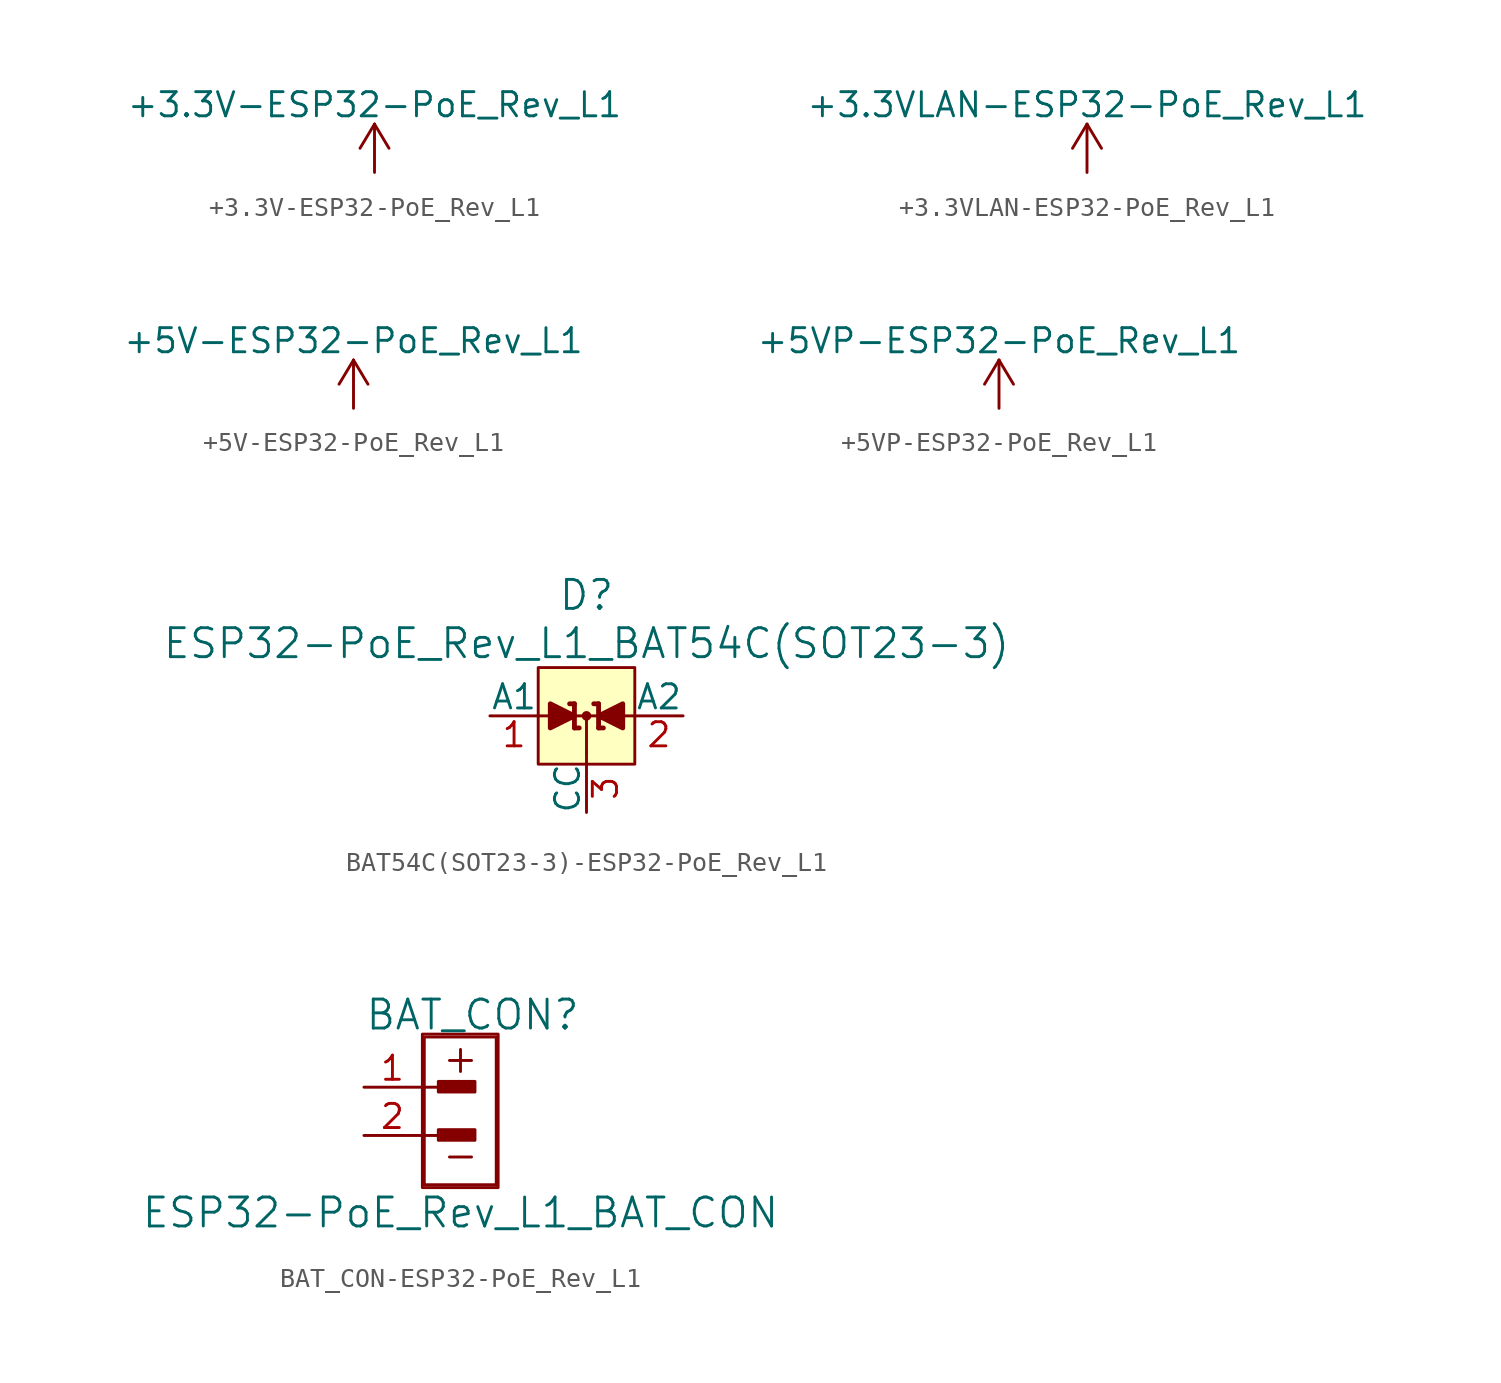
<source format=kicad_sym>
(kicad_symbol_lib
  (version 20220914)
  (generator kicad_symbol_editor)
  (symbol "+3.3V-ESP32-PoE_Rev_L1"
    (power)
    (pin_names
      (offset 0))
    (property "Reference" "#PWR"
      (at 0 -3.81 0)
      (effects (font (size 1.27 1.27)) hide))
    (property "Value" "+3.3V-ESP32-PoE_Rev_L1"
      (at 0 3.556 0)
      (effects (font (size 1.27 1.27))))
    (property "Footprint" ""
      (at 0 0 0)
      (effects (font (size 1.524 1.524))))
    (property "Datasheet" ""
      (at 0 0 0)
      (effects (font (size 1.524 1.524))))
    (symbol "+3.3V-ESP32-PoE_Rev_L1_0_1"
      (polyline (pts (xy -0.762 1.27) (xy 0 2.54)) (stroke (width 0) (type solid)) (fill (type none)))
      (polyline (pts (xy 0 0) (xy 0 2.54)) (stroke (width 0) (type solid)) (fill (type none)))
      (polyline (pts (xy 0 2.54) (xy 0.762 1.27)) (stroke (width 0) (type solid)) (fill (type none))))
    (symbol "+3.3V-ESP32-PoE_Rev_L1_1_1"
      (pin power_in line (at 0 0 90) (length 0) hide (name "+3.3V" (effects (font (size 1.27 1.27)))) (number "1" (effects (font (size 1.27 1.27)))))))
  (symbol "+3.3VLAN-ESP32-PoE_Rev_L1"
    (power)
    (pin_names
      (offset 0))
    (property "Reference" "#PWR"
      (at 0 -3.81 0)
      (effects (font (size 1.27 1.27)) hide))
    (property "Value" "+3.3VLAN-ESP32-PoE_Rev_L1"
      (at 0 3.556 0)
      (effects (font (size 1.27 1.27))))
    (property "Footprint" ""
      (at 0 0 0)
      (effects (font (size 1.524 1.524))))
    (property "Datasheet" ""
      (at 0 0 0)
      (effects (font (size 1.524 1.524))))
    (symbol "+3.3VLAN-ESP32-PoE_Rev_L1_0_1"
      (polyline (pts (xy -0.762 1.27) (xy 0 2.54)) (stroke (width 0) (type solid)) (fill (type none)))
      (polyline (pts (xy 0 0) (xy 0 2.54)) (stroke (width 0) (type solid)) (fill (type none)))
      (polyline (pts (xy 0 2.54) (xy 0.762 1.27)) (stroke (width 0) (type solid)) (fill (type none))))
    (symbol "+3.3VLAN-ESP32-PoE_Rev_L1_1_1"
      (pin power_in line (at 0 0 90) (length 0) hide (name "+3.3VLAN" (effects (font (size 1.27 1.27)))) (number "1" (effects (font (size 1.27 1.27)))))))
  (symbol "+5V-ESP32-PoE_Rev_L1"
    (power)
    (pin_names
      (offset 0))
    (property "Reference" "#PWR"
      (at 0 -3.81 0)
      (effects (font (size 1.27 1.27)) hide))
    (property "Value" "+5V-ESP32-PoE_Rev_L1"
      (at 0 3.556 0)
      (effects (font (size 1.27 1.27))))
    (property "Footprint" ""
      (at 0 0 0)
      (effects (font (size 1.524 1.524))))
    (property "Datasheet" ""
      (at 0 0 0)
      (effects (font (size 1.524 1.524))))
    (symbol "+5V-ESP32-PoE_Rev_L1_0_1"
      (polyline (pts (xy -0.762 1.27) (xy 0 2.54)) (stroke (width 0) (type solid)) (fill (type none)))
      (polyline (pts (xy 0 0) (xy 0 2.54)) (stroke (width 0) (type solid)) (fill (type none)))
      (polyline (pts (xy 0 2.54) (xy 0.762 1.27)) (stroke (width 0) (type solid)) (fill (type none))))
    (symbol "+5V-ESP32-PoE_Rev_L1_1_1"
      (pin power_in line (at 0 0 90) (length 0) hide (name "+5V" (effects (font (size 1.27 1.27)))) (number "1" (effects (font (size 1.27 1.27)))))))
  (symbol "+5VP-ESP32-PoE_Rev_L1"
    (power)
    (pin_names
      (offset 0))
    (property "Reference" "#PWR"
      (at 0 -3.81 0)
      (effects (font (size 1.27 1.27)) hide))
    (property "Value" "+5VP-ESP32-PoE_Rev_L1"
      (at 0 3.556 0)
      (effects (font (size 1.27 1.27))))
    (property "Footprint" ""
      (at 0 0 0)
      (effects (font (size 1.524 1.524))))
    (property "Datasheet" ""
      (at 0 0 0)
      (effects (font (size 1.524 1.524))))
    (symbol "+5VP-ESP32-PoE_Rev_L1_0_1"
      (polyline (pts (xy -0.762 1.27) (xy 0 2.54)) (stroke (width 0) (type solid)) (fill (type none)))
      (polyline (pts (xy 0 0) (xy 0 2.54)) (stroke (width 0) (type solid)) (fill (type none)))
      (polyline (pts (xy 0 2.54) (xy 0.762 1.27)) (stroke (width 0) (type solid)) (fill (type none))))
    (symbol "+5VP-ESP32-PoE_Rev_L1_1_1"
      (pin power_in line (at 0 0 90) (length 0) hide (name "+5VP" (effects (font (size 1.27 1.27)))) (number "1" (effects (font (size 1.27 1.27)))))))
  (symbol "BAT54C(SOT23-3)-ESP32-PoE_Rev_L1"
    (pin_names
      (offset 0))
    (property "Reference" "D"
      (at 0 6.35 0)
      (effects (font (size 1.524 1.524))))
    (property "Value" "ESP32-PoE_Rev_L1_BAT54C(SOT23-3)"
      (at 0 3.81 0)
      (effects (font (size 1.524 1.524))))
    (symbol "BAT54C(SOT23-3)-ESP32-PoE_Rev_L1_0_1"
      (polyline (pts (xy -2.54 0) (xy 2.54 0)) (stroke (width 0) (type solid)) (fill (type none)))
      (polyline (pts (xy -0.889 0.635) (xy -0.635 0.635)) (stroke (width 0.254) (type solid)) (fill (type none)))
      (polyline (pts (xy -0.635 -0.635) (xy -0.381 -0.635)) (stroke (width 0.254) (type solid)) (fill (type none)))
      (polyline (pts (xy -0.635 0.635) (xy -0.635 -0.635)) (stroke (width 0.254) (type solid)) (fill (type none)))
      (polyline (pts (xy 0 -1.905) (xy 0 -2.54)) (stroke (width 0) (type solid)) (fill (type none)))
      (polyline (pts (xy 0 0) (xy 0 -1.905)) (stroke (width 0) (type solid)) (fill (type none)))
      (polyline (pts (xy 0.381 0.635) (xy 0.635 0.635)) (stroke (width 0.254) (type solid)) (fill (type none)))
      (polyline (pts (xy 0.635 -0.635) (xy 0.889 -0.635)) (stroke (width 0.254) (type solid)) (fill (type none)))
      (polyline (pts (xy 0.635 0.635) (xy 0.635 -0.635)) (stroke (width 0.254) (type solid)) (fill (type none)))
      (polyline (pts (xy -1.905 0.635) (xy -1.905 -0.635) (xy -0.635 0) (xy -1.905 0.635)) (stroke (width 0.254) (type solid)) (fill (type outline)))
      (polyline (pts (xy 1.905 0.635) (xy 1.905 -0.635) (xy 0.635 0) (xy 1.905 0.635)) (stroke (width 0.254) (type solid)) (fill (type outline)))
      (polyline (pts (xy -2.54 2.54) (xy 2.54 2.54) (xy 2.54 -2.54) (xy -2.54 -2.54) (xy -2.54 2.54)) (stroke (width 0) (type solid)) (fill (type background)))
      (circle (center 0 0) (radius 0.127) (stroke (width 0.254) (type solid)) (fill (type none))))
    (symbol "BAT54C(SOT23-3)-ESP32-PoE_Rev_L1_1_1"
      (pin passive line (at -5.08 0 0) (length 2.54) (name "A1" (effects (font (size 1.27 1.27)))) (number "1" (effects (font (size 1.27 1.27)))))
      (pin passive line (at 5.08 0 180) (length 2.54) (name "A2" (effects (font (size 1.27 1.27)))) (number "2" (effects (font (size 1.27 1.27)))))
      (pin passive line (at 0 -5.08 90) (length 2.54) (name "CC" (effects (font (size 1.27 1.27)))) (number "3" (effects (font (size 1.27 1.27)))))))
  (symbol "BAT_CON-ESP32-PoE_Rev_L1"
    (pin_names
      (offset 1.016))
    (property "Reference" "BAT_CON"
      (at 0.635 5.08 0)
      (effects (font (size 1.524 1.524))))
    (property "Value" "ESP32-PoE_Rev_L1_BAT_CON"
      (at 0 -5.334 0)
      (effects (font (size 1.524 1.524))))
    (property "Footprint" ""
      (at 0 0 0)
      (effects (font (size 1.524 1.524))))
    (property "Datasheet" ""
      (at 0 0 0)
      (effects (font (size 1.524 1.524))))
    (symbol "BAT_CON-ESP32-PoE_Rev_L1_0_0"
      (rectangle (start -2.007 4.064) (end 1.981 -4.013) (stroke (width 0) (type solid)) (fill (type none)))
      (rectangle (start -1.905 3.912) (end 1.88 -3.861) (stroke (width 0) (type solid)) (fill (type none)))
      (rectangle (start -1.168 -0.965) (end 0.762 -1.524) (stroke (width 0) (type solid)) (fill (type none)))
      (rectangle (start -1.168 1.575) (end 0.762 1.016) (stroke (width 0) (type solid)) (fill (type none)))
      (rectangle (start -1.041 1.372) (end 0.635 1.168) (stroke (width 0) (type solid)) (fill (type none)))
      (rectangle (start -0.94 -1.143) (end 0.737 -1.346) (stroke (width 0) (type solid)) (fill (type none)))
      (polyline (pts (xy -1.905 -1.27) (xy -1.143 -1.27)) (stroke (width 0) (type solid)) (fill (type none)))
      (polyline (pts (xy -1.905 1.27) (xy -1.143 1.27)) (stroke (width 0) (type solid)) (fill (type none)))
      (rectangle (start 0.686 1.245) (end -0.965 1.346) (stroke (width 0) (type solid)) (fill (type none)))
      (rectangle (start 0.711 -1.321) (end -0.94 -1.219) (stroke (width 0) (type solid)) (fill (type none)))
      (rectangle (start 0.711 1.118) (end -1.067 1.473) (stroke (width 0) (type solid)) (fill (type none)))
      (rectangle (start 0.737 -1.422) (end -1.041 -1.067) (stroke (width 0) (type solid)) (fill (type none)))
      (text "+" (at 0 2.794 0) (effects (font (size 1.524 1.524))))
      (text "-" (at 0 -2.286 0) (effects (font (size 1.524 1.524)))))
    (symbol "BAT_CON-ESP32-PoE_Rev_L1_1_1"
      (pin passive line (at -5.08 1.27 0) (length 2.997) (name "~" (effects (font (size 1.27 1.27)))) (number "1" (effects (font (size 1.27 1.27)))))
      (pin passive line (at -5.08 -1.27 0) (length 2.997) (name "~" (effects (font (size 1.27 1.27)))) (number "2" (effects (font (size 1.27 1.27))))))))
</source>
